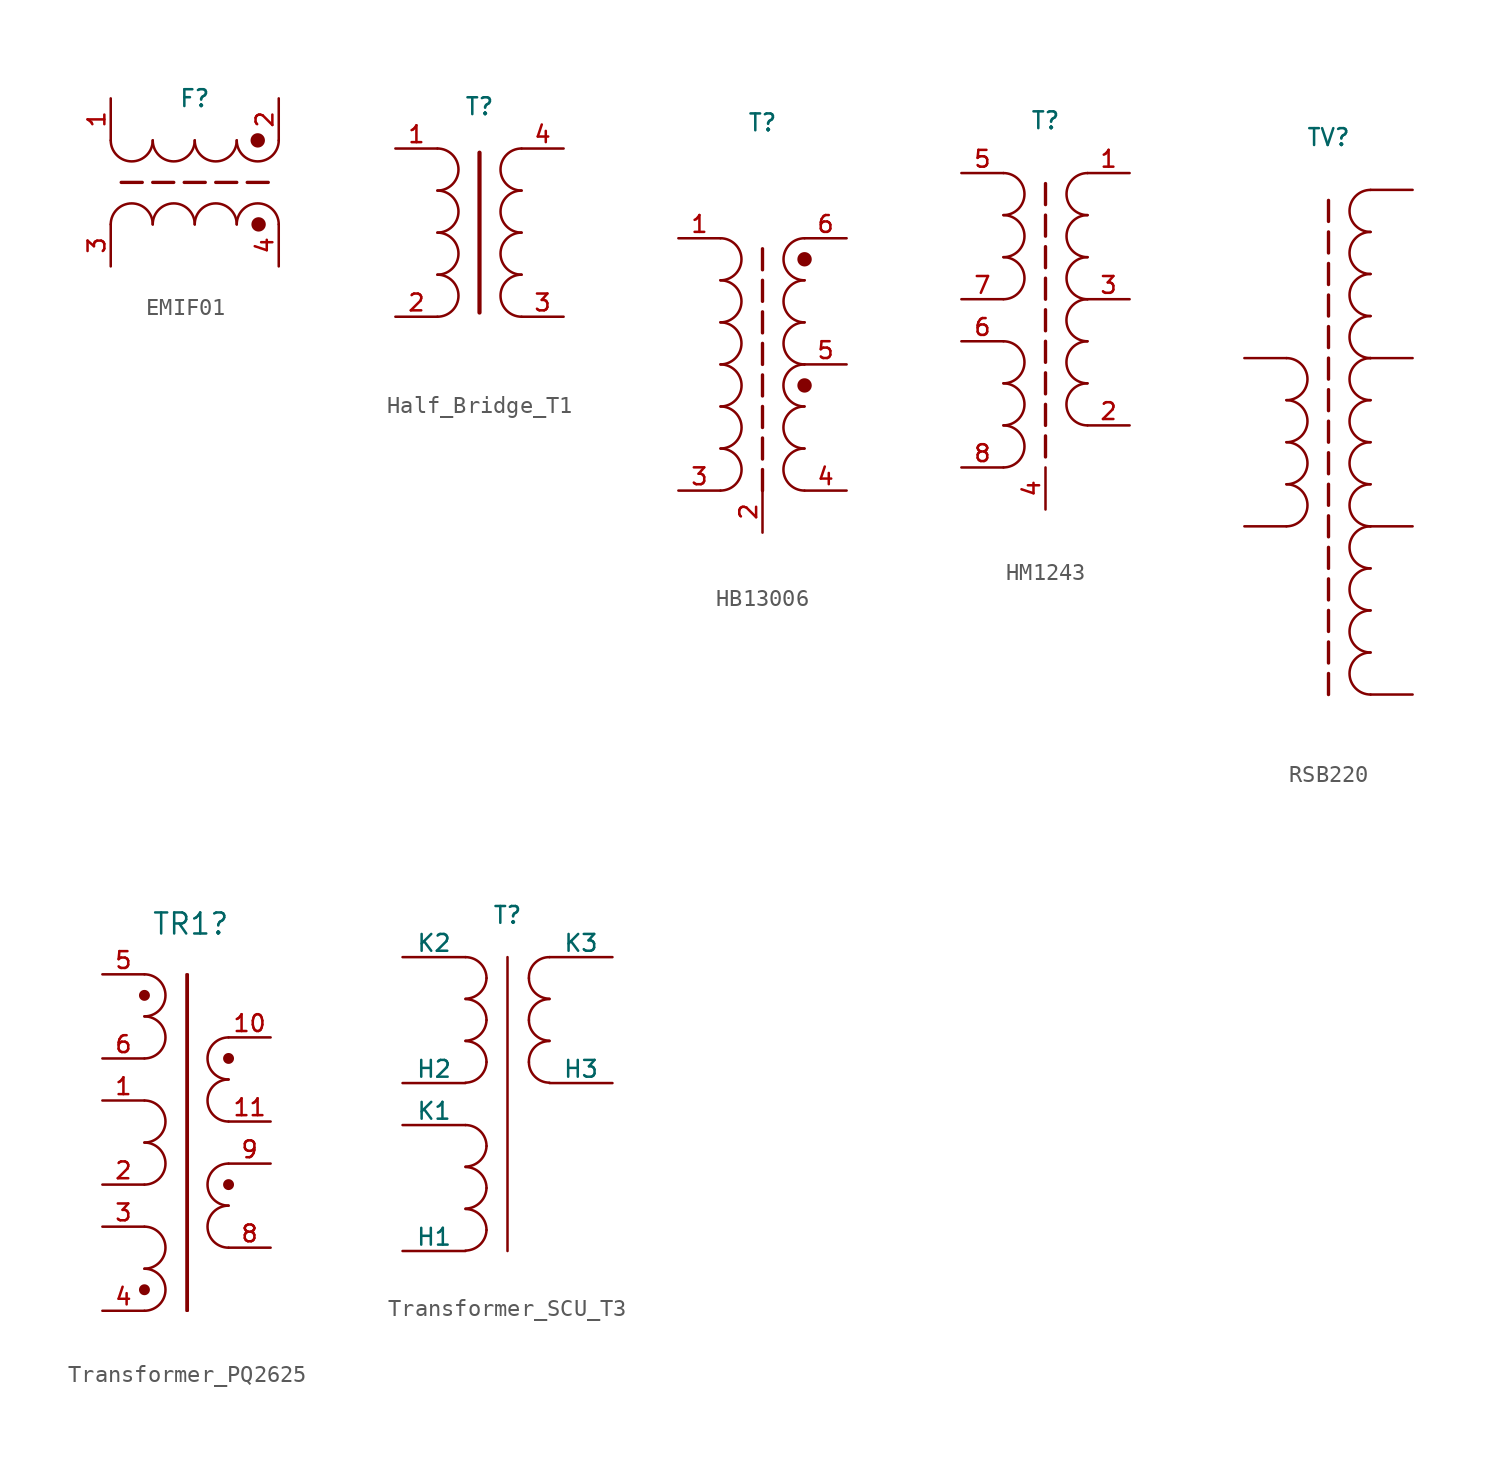
<source format=kicad_sym>
(kicad_symbol_lib
  (version 20231120)
  (generator "kicad_symbol_editor")
  (generator_version "8.0")
  (symbol "EMIF01"
    (pin_names
      (offset 0) hide)
    (property "Reference" "F"
      (at 0 5.08 0)
      (effects (font (size 1.016 1.016))))
    (property "Datasheet" ""
      (at 0 -2.54 0)
      (effects (font (size 1.778 1.778))))
    (symbol "EMIF01_1_1"
      (arc (start -5.08 2.54) (mid -3.81 1.2755) (end -2.54 2.54) (stroke (width 0) (type default)) (fill (type none)))
      (arc (start -2.54 -2.54) (mid -3.81 -1.2755) (end -5.08 -2.54) (stroke (width 0) (type default)) (fill (type none)))
      (arc (start -2.54 2.54) (mid -1.27 1.2755) (end 0 2.54) (stroke (width 0) (type default)) (fill (type none)))
      (arc (start 0 -2.54) (mid -1.27 -1.2755) (end -2.54 -2.54) (stroke (width 0) (type default)) (fill (type none)))
      (polyline (pts (xy -4.445 0) (xy -3.175 0)) (stroke (width 0.203) (type default)) (fill (type none)))
      (polyline (pts (xy -2.54 0) (xy -1.27 0)) (stroke (width 0.203) (type default)) (fill (type none)))
      (polyline (pts (xy -0.635 0) (xy 0.635 0)) (stroke (width 0.203) (type default)) (fill (type none)))
      (polyline (pts (xy 1.27 0) (xy 2.54 0)) (stroke (width 0.203) (type default)) (fill (type none)))
      (polyline (pts (xy 3.175 0) (xy 4.445 0)) (stroke (width 0.203) (type default)) (fill (type none)))
      (arc (start 0 2.54) (mid 1.27 1.2755) (end 2.54 2.54) (stroke (width 0) (type default)) (fill (type none)))
      (arc (start 2.54 -2.54) (mid 1.27 -1.2755) (end 0 -2.54) (stroke (width 0) (type default)) (fill (type none)))
      (arc (start 2.54 2.54) (mid 3.81 1.2755) (end 5.08 2.54) (stroke (width 0) (type default)) (fill (type none)))
      (circle (center 3.81 2.54) (radius 0.359) (stroke (width 0) (type default)) (fill (type outline)))
      (circle (center 3.861 -2.54) (radius 0.359) (stroke (width 0) (type default)) (fill (type outline)))
      (arc (start 5.08 -2.54) (mid 3.81 -1.2755) (end 2.54 -2.54) (stroke (width 0) (type default)) (fill (type none)))
      (pin passive line (at -5.08 5.08 270) (length 2.54) (name "~" (effects (font (size 1.016 1.016)))) (number "1" (effects (font (size 1.016 1.016)))))
      (pin passive line (at 5.08 5.08 270) (length 2.54) (name "~" (effects (font (size 1.016 1.016)))) (number "2" (effects (font (size 1.016 1.016)))))
      (pin passive line (at -5.08 -5.08 90) (length 2.54) (name "~" (effects (font (size 1.016 1.016)))) (number "3" (effects (font (size 1.016 1.016)))))
      (pin passive line (at 5.08 -5.08 90) (length 2.54) (name "~" (effects (font (size 1.016 1.016)))) (number "4" (effects (font (size 1.016 1.016)))))))
  (symbol "Half_Bridge_T1"
    (pin_names
      (offset 0))
    (property "Reference" "T"
      (at 0 7.62 0)
      (effects (font (size 1.016 1.016))))
    (property "Value" ""
      (at 0 -7.62 0)
      (effects (font (size 1.016 1.016))))
    (property "Footprint" ""
      (at -2.54 0 90)
      (effects (font (size 1.778 1.778))))
    (property "Datasheet" ""
      (at -2.54 0 90)
      (effects (font (size 1.778 1.778))))
    (symbol "Half_Bridge_T1_1_1"
      (arc (start -2.54 -5.08) (mid -1.2755 -3.81) (end -2.54 -2.54) (stroke (width 0) (type default)) (fill (type none)))
      (arc (start -2.54 -2.54) (mid -1.2755 -1.27) (end -2.54 0) (stroke (width 0) (type default)) (fill (type none)))
      (arc (start -2.54 0) (mid -1.2755 1.27) (end -2.54 2.54) (stroke (width 0) (type default)) (fill (type none)))
      (arc (start -2.54 2.54) (mid -1.2755 3.81) (end -2.54 5.08) (stroke (width 0) (type default)) (fill (type none)))
      (polyline (pts (xy 0 -4.826) (xy 0 4.826)) (stroke (width 0.254) (type default)) (fill (type none)))
      (arc (start 2.54 -2.54) (mid 1.2755 -3.81) (end 2.54 -5.08) (stroke (width 0) (type default)) (fill (type none)))
      (arc (start 2.54 0) (mid 1.2755 -1.27) (end 2.54 -2.54) (stroke (width 0) (type default)) (fill (type none)))
      (arc (start 2.54 2.54) (mid 1.2755 1.27) (end 2.54 0) (stroke (width 0) (type default)) (fill (type none)))
      (arc (start 2.54 5.08) (mid 1.2755 3.81) (end 2.54 2.54) (stroke (width 0) (type default)) (fill (type none)))
      (pin passive line (at -5.08 5.08 0) (length 2.54) (name "~" (effects (font (size 1.016 1.016)))) (number "1" (effects (font (size 1.016 1.016)))))
      (pin passive line (at -5.08 -5.08 0) (length 2.54) (name "~" (effects (font (size 1.016 1.016)))) (number "2" (effects (font (size 1.016 1.016)))))
      (pin passive line (at 5.08 -5.08 180) (length 2.54) (name "~" (effects (font (size 1.016 1.016)))) (number "3" (effects (font (size 1.016 1.016)))))
      (pin passive line (at 5.08 5.08 180) (length 2.54) (name "~" (effects (font (size 1.016 1.016)))) (number "4" (effects (font (size 1.016 1.016)))))))
  (symbol "HB13006"
    (pin_names
      (offset 0))
    (property "Reference" "T"
      (at 0 8.255 0)
      (effects (font (size 1.016 1.016))))
    (symbol "HB13006_1_1"
      (arc (start -2.54 -6.35) (mid -1.2755 -5.08) (end -2.54 -3.81) (stroke (width 0) (type default)) (fill (type none)))
      (arc (start -2.54 -3.81) (mid -1.2755 -2.54) (end -2.54 -1.27) (stroke (width 0) (type default)) (fill (type none)))
      (arc (start -2.54 -1.27) (mid -1.2755 0) (end -2.54 1.27) (stroke (width 0) (type default)) (fill (type none)))
      (arc (start -2.5345 -13.97) (mid -1.27 -12.7) (end -2.5345 -11.43) (stroke (width 0) (type default)) (fill (type none)))
      (arc (start -2.5345 -11.43) (mid -1.27 -10.16) (end -2.5345 -8.89) (stroke (width 0) (type default)) (fill (type none)))
      (arc (start -2.5345 -8.89) (mid -1.27 -7.62) (end -2.5345 -6.35) (stroke (width 0) (type default)) (fill (type none)))
      (polyline (pts (xy 0 -12.7) (xy 0 -13.97)) (stroke (width 0.203) (type default)) (fill (type none)))
      (polyline (pts (xy 0 -10.795) (xy 0 -12.065)) (stroke (width 0.203) (type default)) (fill (type none)))
      (polyline (pts (xy 0 -8.89) (xy 0 -10.16)) (stroke (width 0.203) (type default)) (fill (type none)))
      (polyline (pts (xy 0 -6.985) (xy 0 -8.255)) (stroke (width 0.203) (type default)) (fill (type none)))
      (polyline (pts (xy 0 -5.08) (xy 0 -6.35)) (stroke (width 0.203) (type default)) (fill (type none)))
      (polyline (pts (xy 0 -3.175) (xy 0 -4.445)) (stroke (width 0.203) (type default)) (fill (type none)))
      (polyline (pts (xy 0 -1.27) (xy 0 -2.54)) (stroke (width 0.203) (type default)) (fill (type none)))
      (polyline (pts (xy 0 0.635) (xy 0 -0.635)) (stroke (width 0.203) (type default)) (fill (type none)))
      (arc (start 2.5345 -11.43) (mid 1.27 -12.7) (end 2.5345 -13.97) (stroke (width 0) (type default)) (fill (type none)))
      (arc (start 2.5345 -8.89) (mid 1.27 -10.16) (end 2.5345 -11.43) (stroke (width 0) (type default)) (fill (type none)))
      (arc (start 2.5345 -6.35) (mid 1.27 -7.62) (end 2.5345 -8.89) (stroke (width 0) (type default)) (fill (type none)))
      (circle (center 2.54 -7.62) (radius 0.359) (stroke (width 0) (type default)) (fill (type outline)))
      (arc (start 2.54 -3.81) (mid 1.2755 -5.08) (end 2.54 -6.35) (stroke (width 0) (type default)) (fill (type none)))
      (arc (start 2.54 -1.27) (mid 1.2755 -2.54) (end 2.54 -3.81) (stroke (width 0) (type default)) (fill (type none)))
      (circle (center 2.54 0) (radius 0.359) (stroke (width 0) (type default)) (fill (type outline)))
      (arc (start 2.54 1.27) (mid 1.2755 0) (end 2.54 -1.27) (stroke (width 0) (type default)) (fill (type none)))
      (pin passive line (at -5.08 1.27 0) (length 2.54) (name "~" (effects (font (size 1.016 1.016)))) (number "1" (effects (font (size 1.016 1.016)))))
      (pin passive line (at 0 -16.51 90) (length 2.54) (name "~" (effects (font (size 1.016 1.016)))) (number "2" (effects (font (size 1.016 1.016)))))
      (pin passive line (at -5.08 -13.97 0) (length 2.54) (name "~" (effects (font (size 1.016 1.016)))) (number "3" (effects (font (size 1.016 1.016)))))
      (pin passive line (at 5.08 -13.97 180) (length 2.54) (name "~" (effects (font (size 1.016 1.016)))) (number "4" (effects (font (size 1.016 1.016)))))
      (pin passive line (at 5.08 -6.35 180) (length 2.54) (name "~" (effects (font (size 1.016 1.016)))) (number "5" (effects (font (size 1.016 1.016)))))
      (pin passive line (at 5.08 1.27 180) (length 2.54) (name "~" (effects (font (size 1.016 1.016)))) (number "6" (effects (font (size 1.016 1.016)))))))
  (symbol "HM1243"
    (pin_names
      (offset 0))
    (property "Reference" "T"
      (at 0 8.255 0)
      (effects (font (size 1.016 1.016))))
    (symbol "HM1243_1_1"
      (arc (start -2.54 -12.7) (mid -1.2755 -11.43) (end -2.54 -10.16) (stroke (width 0) (type default)) (fill (type none)))
      (arc (start -2.54 -10.16) (mid -1.2755 -8.89) (end -2.54 -7.62) (stroke (width 0) (type default)) (fill (type none)))
      (arc (start -2.54 -7.62) (mid -1.2755 -6.35) (end -2.54 -5.08) (stroke (width 0) (type default)) (fill (type none)))
      (arc (start -2.54 -2.54) (mid -1.2755 -1.27) (end -2.54 0) (stroke (width 0) (type default)) (fill (type none)))
      (arc (start -2.54 0) (mid -1.2755 1.27) (end -2.54 2.54) (stroke (width 0) (type default)) (fill (type none)))
      (arc (start -2.54 2.54) (mid -1.2755 3.81) (end -2.54 5.08) (stroke (width 0) (type default)) (fill (type none)))
      (polyline (pts (xy 0 -10.795) (xy 0 -12.065)) (stroke (width 0.203) (type default)) (fill (type none)))
      (polyline (pts (xy 0 -8.89) (xy 0 -10.16)) (stroke (width 0.203) (type default)) (fill (type none)))
      (polyline (pts (xy 0 -6.985) (xy 0 -8.255)) (stroke (width 0.203) (type default)) (fill (type none)))
      (polyline (pts (xy 0 -5.08) (xy 0 -6.35)) (stroke (width 0.203) (type default)) (fill (type none)))
      (polyline (pts (xy 0 -3.175) (xy 0 -4.445)) (stroke (width 0.203) (type default)) (fill (type none)))
      (polyline (pts (xy 0 -1.27) (xy 0 -2.54)) (stroke (width 0.203) (type default)) (fill (type none)))
      (polyline (pts (xy 0 0.635) (xy 0 -0.635)) (stroke (width 0.203) (type default)) (fill (type none)))
      (polyline (pts (xy 0 2.54) (xy 0 1.27)) (stroke (width 0.203) (type default)) (fill (type none)))
      (polyline (pts (xy 0 4.445) (xy 0 3.175)) (stroke (width 0.203) (type default)) (fill (type none)))
      (arc (start 2.5345 -7.62) (mid 1.27 -8.89) (end 2.5345 -10.16) (stroke (width 0) (type default)) (fill (type none)))
      (arc (start 2.5345 -5.08) (mid 1.27 -6.35) (end 2.5345 -7.62) (stroke (width 0) (type default)) (fill (type none)))
      (arc (start 2.5345 -2.54) (mid 1.27 -3.81) (end 2.5345 -5.08) (stroke (width 0) (type default)) (fill (type none)))
      (arc (start 2.54 0) (mid 1.2755 -1.27) (end 2.54 -2.54) (stroke (width 0) (type default)) (fill (type none)))
      (arc (start 2.54 2.54) (mid 1.2755 1.27) (end 2.54 0) (stroke (width 0) (type default)) (fill (type none)))
      (arc (start 2.54 5.08) (mid 1.2755 3.81) (end 2.54 2.54) (stroke (width 0) (type default)) (fill (type none)))
      (pin passive line (at 5.08 5.08 180) (length 2.54) (name "~" (effects (font (size 1.016 1.016)))) (number "1" (effects (font (size 1.016 1.016)))))
      (pin passive line (at 5.08 -10.16 180) (length 2.54) (name "~" (effects (font (size 1.016 1.016)))) (number "2" (effects (font (size 1.016 1.016)))))
      (pin passive line (at 5.08 -2.54 180) (length 2.54) (name "~" (effects (font (size 1.016 1.016)))) (number "3" (effects (font (size 1.016 1.016)))))
      (pin passive line (at 0 -15.24 90) (length 2.54) (name "~" (effects (font (size 1.016 1.016)))) (number "4" (effects (font (size 1.016 1.016)))))
      (pin passive line (at -5.08 5.08 0) (length 2.54) (name "~" (effects (font (size 1.016 1.016)))) (number "5" (effects (font (size 1.016 1.016)))))
      (pin passive line (at -5.08 -5.08 0) (length 2.54) (name "~" (effects (font (size 1.016 1.016)))) (number "6" (effects (font (size 1.016 1.016)))))
      (pin passive line (at -5.08 -2.54 0) (length 2.54) (name "~" (effects (font (size 1.016 1.016)))) (number "7" (effects (font (size 1.016 1.016)))))
      (pin passive line (at -5.08 -12.7 0) (length 2.54) (name "~" (effects (font (size 1.016 1.016)))) (number "8" (effects (font (size 1.016 1.016)))))))
  (symbol "RSB220"
    (pin_numbers hide)
    (pin_names
      (offset 0) hide)
    (property "Reference" "TV"
      (at 0 8.255 0)
      (effects (font (size 1.016 1.016))))
    (symbol "RSB220_1_1"
      (arc (start -2.54 -15.24) (mid -1.2755 -13.97) (end -2.54 -12.7) (stroke (width 0) (type default)) (fill (type none)))
      (arc (start -2.54 -12.7) (mid -1.2755 -11.43) (end -2.54 -10.16) (stroke (width 0) (type default)) (fill (type none)))
      (arc (start -2.54 -10.16) (mid -1.2755 -8.89) (end -2.54 -7.62) (stroke (width 0) (type default)) (fill (type none)))
      (arc (start -2.54 -7.62) (mid -1.2755 -6.35) (end -2.54 -5.08) (stroke (width 0) (type default)) (fill (type none)))
      (polyline (pts (xy 0 -24.13) (xy 0 -25.4)) (stroke (width 0.203) (type default)) (fill (type none)))
      (polyline (pts (xy 0 -22.225) (xy 0 -23.495)) (stroke (width 0.203) (type default)) (fill (type none)))
      (polyline (pts (xy 0 -20.32) (xy 0 -21.59)) (stroke (width 0.203) (type default)) (fill (type none)))
      (polyline (pts (xy 0 -18.415) (xy 0 -19.685)) (stroke (width 0.203) (type default)) (fill (type none)))
      (polyline (pts (xy 0 -16.51) (xy 0 -17.78)) (stroke (width 0.203) (type default)) (fill (type none)))
      (polyline (pts (xy 0 -14.605) (xy 0 -15.875)) (stroke (width 0.203) (type default)) (fill (type none)))
      (polyline (pts (xy 0 -12.7) (xy 0 -13.97)) (stroke (width 0.203) (type default)) (fill (type none)))
      (polyline (pts (xy 0 -10.795) (xy 0 -12.065)) (stroke (width 0.203) (type default)) (fill (type none)))
      (polyline (pts (xy 0 -8.89) (xy 0 -10.16)) (stroke (width 0.203) (type default)) (fill (type none)))
      (polyline (pts (xy 0 -6.985) (xy 0 -8.255)) (stroke (width 0.203) (type default)) (fill (type none)))
      (polyline (pts (xy 0 -5.08) (xy 0 -6.35)) (stroke (width 0.203) (type default)) (fill (type none)))
      (polyline (pts (xy 0 -3.175) (xy 0 -4.445)) (stroke (width 0.203) (type default)) (fill (type none)))
      (polyline (pts (xy 0 -1.27) (xy 0 -2.54)) (stroke (width 0.203) (type default)) (fill (type none)))
      (polyline (pts (xy 0 0.635) (xy 0 -0.635)) (stroke (width 0.203) (type default)) (fill (type none)))
      (polyline (pts (xy 0 2.54) (xy 0 1.27)) (stroke (width 0.203) (type default)) (fill (type none)))
      (polyline (pts (xy 0 4.445) (xy 0 3.175)) (stroke (width 0.203) (type default)) (fill (type none)))
      (arc (start 2.54 -22.86) (mid 1.2755 -24.13) (end 2.54 -25.4) (stroke (width 0) (type default)) (fill (type none)))
      (arc (start 2.54 -20.32) (mid 1.2755 -21.59) (end 2.54 -22.86) (stroke (width 0) (type default)) (fill (type none)))
      (arc (start 2.54 -17.78) (mid 1.2755 -19.05) (end 2.54 -20.32) (stroke (width 0) (type default)) (fill (type none)))
      (arc (start 2.54 -15.24) (mid 1.2755 -16.51) (end 2.54 -17.78) (stroke (width 0) (type default)) (fill (type none)))
      (arc (start 2.54 -12.7) (mid 1.2755 -13.97) (end 2.54 -15.24) (stroke (width 0) (type default)) (fill (type none)))
      (arc (start 2.54 -10.16) (mid 1.2755 -11.43) (end 2.54 -12.7) (stroke (width 0) (type default)) (fill (type none)))
      (arc (start 2.54 -7.62) (mid 1.2755 -8.89) (end 2.54 -10.16) (stroke (width 0) (type default)) (fill (type none)))
      (arc (start 2.54 -5.08) (mid 1.2755 -6.35) (end 2.54 -7.62) (stroke (width 0) (type default)) (fill (type none)))
      (arc (start 2.54 -2.54) (mid 1.2755 -3.81) (end 2.54 -5.08) (stroke (width 0) (type default)) (fill (type none)))
      (arc (start 2.54 0) (mid 1.2755 -1.27) (end 2.54 -2.54) (stroke (width 0) (type default)) (fill (type none)))
      (arc (start 2.54 2.54) (mid 1.2755 1.27) (end 2.54 0) (stroke (width 0) (type default)) (fill (type none)))
      (arc (start 2.54 5.08) (mid 1.2755 3.81) (end 2.54 2.54) (stroke (width 0) (type default)) (fill (type none)))
      (pin passive line (at -5.08 -5.08 0) (length 2.54) (name "~" (effects (font (size 1.016 1.016)))) (number "1" (effects (font (size 1.016 1.016)))))
      (pin passive line (at -5.08 -15.24 0) (length 2.54) (name "~" (effects (font (size 1.016 1.016)))) (number "2" (effects (font (size 1.016 1.016)))))
      (pin passive line (at 5.08 5.08 180) (length 2.54) (name "~" (effects (font (size 1.016 1.016)))) (number "3" (effects (font (size 1.016 1.016)))))
      (pin passive line (at 5.08 -5.08 180) (length 2.54) (name "~" (effects (font (size 1.016 1.016)))) (number "4" (effects (font (size 1.016 1.016)))))
      (pin passive line (at 5.08 -15.24 180) (length 2.54) (name "~" (effects (font (size 1.016 1.016)))) (number "5" (effects (font (size 1.016 1.016)))))
      (pin passive line (at 5.08 -25.4 180) (length 2.54) (name "~" (effects (font (size 1.016 1.016)))) (number "6" (effects (font (size 1.016 1.016)))))))
  (symbol "Transformer_PQ2625"
    (pin_names
      (offset 1.016) hide)
    (property "Reference" "TR1"
      (at 0.254 13.208 0)
      (effects (font (size 1.27 1.27))))
    (symbol "Transformer_PQ2625_0_1"
      (rectangle (start 0 10.16) (end 0.076 -10.16) (stroke (width 0) (type default)) (fill (type none))))
    (symbol "Transformer_PQ2625_1_1"
      (arc (start -2.54 -10.16) (mid -1.2755 -8.89) (end -2.54 -7.62) (stroke (width 0) (type default)) (fill (type none)))
      (circle (center -2.54 -8.89) (radius 0.254) (stroke (width 0) (type default)) (fill (type outline)))
      (arc (start -2.54 -7.62) (mid -1.2755 -6.35) (end -2.54 -5.08) (stroke (width 0) (type default)) (fill (type none)))
      (arc (start -2.54 -2.54) (mid -1.2755 -1.27) (end -2.54 0) (stroke (width 0) (type default)) (fill (type none)))
      (arc (start -2.54 0) (mid -1.2755 1.27) (end -2.54 2.54) (stroke (width 0) (type default)) (fill (type none)))
      (arc (start -2.54 5.08) (mid -1.2755 6.35) (end -2.54 7.62) (stroke (width 0) (type default)) (fill (type none)))
      (arc (start -2.54 7.62) (mid -1.2755 8.89) (end -2.54 10.16) (stroke (width 0) (type default)) (fill (type none)))
      (circle (center -2.54 8.89) (radius 0.254) (stroke (width 0) (type default)) (fill (type outline)))
      (arc (start 2.54 -3.81) (mid 1.2755 -5.08) (end 2.54 -6.35) (stroke (width 0) (type default)) (fill (type none)))
      (circle (center 2.54 -2.54) (radius 0.254) (stroke (width 0) (type default)) (fill (type outline)))
      (arc (start 2.54 -1.27) (mid 1.2755 -2.54) (end 2.54 -3.81) (stroke (width 0) (type default)) (fill (type none)))
      (arc (start 2.54 3.81) (mid 1.2755 2.54) (end 2.54 1.27) (stroke (width 0) (type default)) (fill (type none)))
      (circle (center 2.54 5.08) (radius 0.254) (stroke (width 0) (type default)) (fill (type outline)))
      (arc (start 2.54 6.35) (mid 1.2755 5.08) (end 2.54 3.81) (stroke (width 0) (type default)) (fill (type none)))
      (pin passive line (at -5.08 2.54 0) (length 2.54) (name "~" (effects (font (size 1.016 1.016)))) (number "1" (effects (font (size 1.016 1.016)))))
      (pin passive line (at 5.08 6.35 180) (length 2.54) (name "~" (effects (font (size 1.016 1.016)))) (number "10" (effects (font (size 1.016 1.016)))))
      (pin passive line (at 5.08 1.27 180) (length 2.54) (name "~" (effects (font (size 1.016 1.016)))) (number "11" (effects (font (size 1.016 1.016)))))
      (pin passive line (at -5.08 -2.54 0) (length 2.54) (name "~" (effects (font (size 1.016 1.016)))) (number "2" (effects (font (size 1.016 1.016)))))
      (pin passive line (at -5.08 -5.08 0) (length 2.54) (name "~" (effects (font (size 1.016 1.016)))) (number "3" (effects (font (size 1.016 1.016)))))
      (pin passive line (at -5.08 -10.16 0) (length 2.54) (name "~" (effects (font (size 1.016 1.016)))) (number "4" (effects (font (size 1.016 1.016)))))
      (pin passive line (at -5.08 10.16 0) (length 2.54) (name "~" (effects (font (size 1.016 1.016)))) (number "5" (effects (font (size 1.016 1.016)))))
      (pin passive line (at -5.08 5.08 0) (length 2.54) (name "~" (effects (font (size 1.016 1.016)))) (number "6" (effects (font (size 1.016 1.016)))))
      (pin passive line (at 5.08 -6.35 180) (length 2.54) (name "~" (effects (font (size 1.016 1.016)))) (number "8" (effects (font (size 1.016 1.016)))))
      (pin passive line (at 5.08 -1.27 180) (length 2.54) (name "~" (effects (font (size 1.016 1.016)))) (number "9" (effects (font (size 1.016 1.016)))))))
  (symbol "Transformer_SCU_T3"
    (pin_numbers hide)
    (pin_names
      (offset 0))
    (property "Reference" "T"
      (at 0 7.62 0)
      (effects (font (size 1.016 1.016))))
    (symbol "Transformer_SCU_T3_0_1"
      (arc (start -2.54 -12.6746) (mid -1.6561 -12.3063) (end -1.27 -11.43) (stroke (width 0) (type default)) (fill (type none)))
      (arc (start -2.54 -10.1346) (mid -1.6561 -9.7663) (end -1.27 -8.89) (stroke (width 0) (type default)) (fill (type none)))
      (arc (start -2.54 -7.5946) (mid -1.6561 -7.2263) (end -1.27 -6.35) (stroke (width 0) (type default)) (fill (type none)))
      (arc (start -2.54 -2.5146) (mid -1.6599 -2.1501) (end -1.27 -1.27) (stroke (width 0) (type default)) (fill (type none)))
      (arc (start -2.54 0.0254) (mid -1.6599 0.3899) (end -1.27 1.27) (stroke (width 0) (type default)) (fill (type none)))
      (arc (start -2.54 2.5654) (mid -1.6599 2.9299) (end -1.27 3.81) (stroke (width 0) (type default)) (fill (type none)))
      (arc (start -1.27 -11.43) (mid -1.642 -10.532) (end -2.54 -10.16) (stroke (width 0) (type default)) (fill (type none)))
      (arc (start -1.27 -8.89) (mid -1.642 -7.992) (end -2.54 -7.62) (stroke (width 0) (type default)) (fill (type none)))
      (arc (start -1.27 -6.35) (mid -1.642 -5.452) (end -2.54 -5.08) (stroke (width 0) (type default)) (fill (type none)))
      (arc (start -1.27 -1.27) (mid -1.642 -0.372) (end -2.54 0) (stroke (width 0) (type default)) (fill (type none)))
      (arc (start -1.27 1.27) (mid -1.642 2.168) (end -2.54 2.54) (stroke (width 0) (type default)) (fill (type none)))
      (arc (start -1.27 3.81) (mid -1.642 4.708) (end -2.54 5.08) (stroke (width 0) (type default)) (fill (type none)))
      (polyline (pts (xy 0 -12.7) (xy 0 5.08)) (stroke (width 0) (type default)) (fill (type none)))
      (arc (start 1.2954 -1.27) (mid 1.6599 -2.1501) (end 2.54 -2.5146) (stroke (width 0) (type default)) (fill (type none)))
      (arc (start 1.2954 1.27) (mid 1.6599 0.3899) (end 2.54 0.0254) (stroke (width 0) (type default)) (fill (type none)))
      (arc (start 1.2954 3.81) (mid 1.6599 2.9299) (end 2.54 2.5654) (stroke (width 0) (type default)) (fill (type none)))
      (arc (start 2.54 0) (mid 1.642 -0.372) (end 1.2954 -1.27) (stroke (width 0) (type default)) (fill (type none)))
      (arc (start 2.54 2.54) (mid 1.642 2.168) (end 1.2954 1.27) (stroke (width 0) (type default)) (fill (type none)))
      (arc (start 2.54 5.08) (mid 1.642 4.708) (end 1.2954 3.81) (stroke (width 0) (type default)) (fill (type none))))
    (symbol "Transformer_SCU_T3_1_1"
      (pin passive line (at -6.35 5.08 0) (length 3.81) (name "K2" (effects (font (size 1.016 1.016)))) (number "1" (effects (font (size 1.016 1.016)))))
      (pin passive line (at -6.35 -2.54 0) (length 3.81) (name "H2" (effects (font (size 1.016 1.016)))) (number "2" (effects (font (size 1.016 1.016)))))
      (pin passive line (at -6.35 -5.08 0) (length 3.81) (name "K1" (effects (font (size 1.016 1.016)))) (number "3" (effects (font (size 1.016 1.016)))))
      (pin passive line (at -6.35 -12.7 0) (length 3.81) (name "H1" (effects (font (size 1.016 1.016)))) (number "4" (effects (font (size 1.016 1.016)))))
      (pin passive line (at 6.35 5.08 180) (length 3.81) (name "K3" (effects (font (size 1.016 1.016)))) (number "5" (effects (font (size 1.245 1.245)))))
      (pin passive line (at 6.35 -2.54 180) (length 3.81) (name "H3" (effects (font (size 1.016 1.016)))) (number "6" (effects (font (size 1.016 1.016))))))))
</source>
